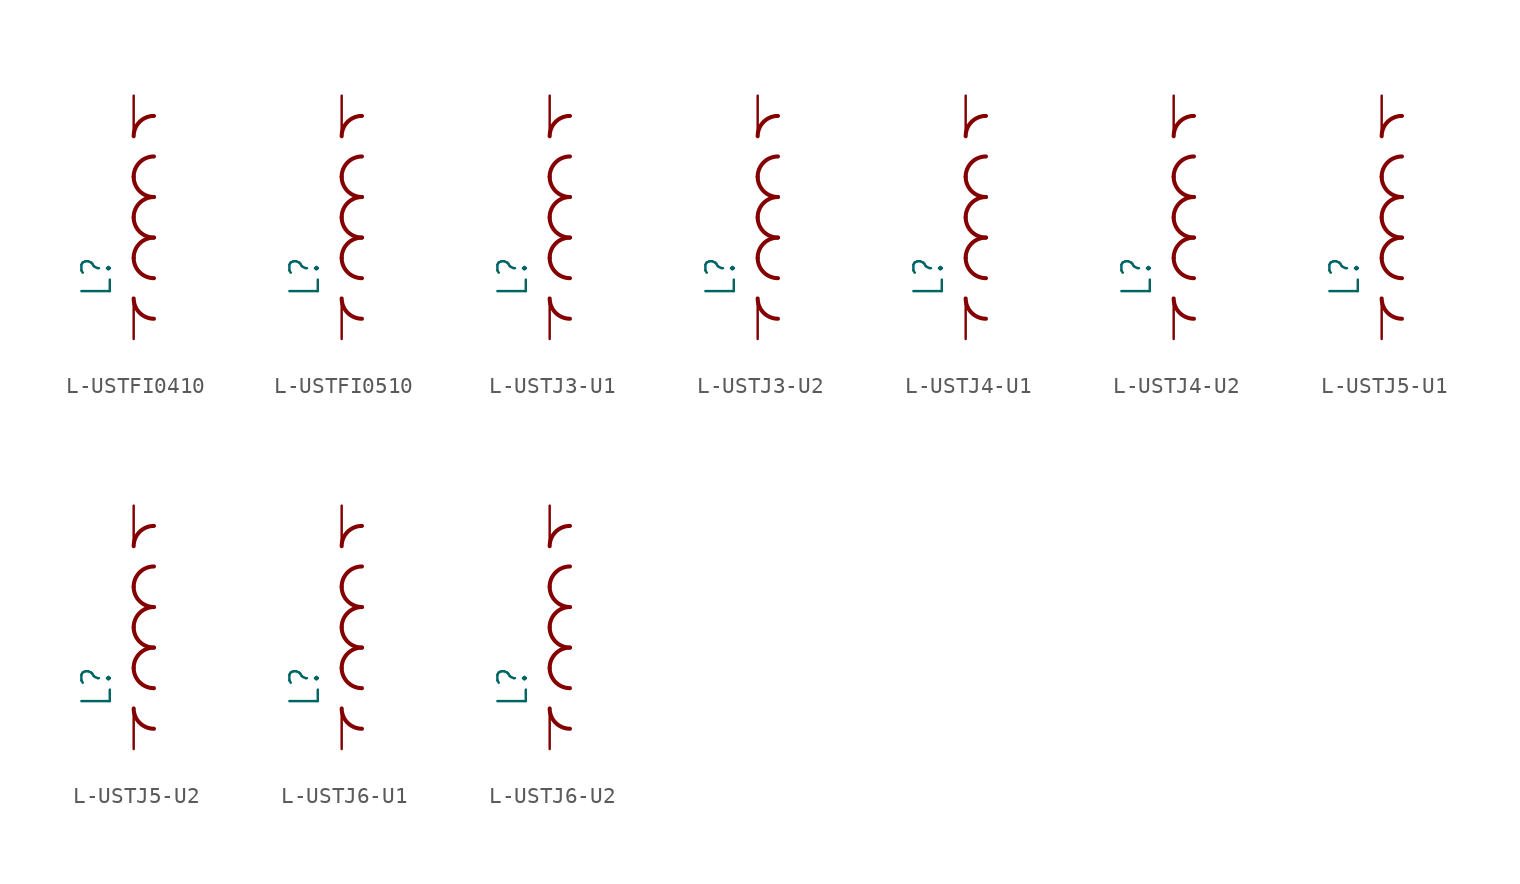
<source format=kicad_sym>
(kicad_symbol_lib
  (version 20241209)
  (generator "kicad_symbol_editor")
  (generator_version "9.0")
  (symbol "L-USTFI0410"
    (property "Reference" "L"
      (at -1.27 -5.08 90)
      (effects (font (size 1.778 1.511)) (justify left bottom)))
    (property "Value" ""
      (at 3.81 -5.08 90)
      (effects (font (size 1.778 1.511)) (justify left bottom)))
    (property "ki_locked" ""
      (at 0 0 0)
      (effects (font (size 1.27 1.27))))
    (symbol "L-USTFI0410_1_0"
      (arc (start 0 5.08) (mid 0.372 5.978) (end 1.27 6.35) (stroke (width 0.254) (type solid)) (fill (type none)))
      (arc (start 0 2.54) (mid 0.372 3.438) (end 1.27 3.81) (stroke (width 0.254) (type solid)) (fill (type none)))
      (arc (start 1.27 1.27) (mid 0.372 1.642) (end 0 2.54) (stroke (width 0.254) (type solid)) (fill (type none)))
      (arc (start 0 0) (mid 0.372 0.898) (end 1.27 1.27) (stroke (width 0.254) (type solid)) (fill (type none)))
      (arc (start 1.27 -1.27) (mid 0.372 -0.898) (end 0 0) (stroke (width 0.254) (type solid)) (fill (type none)))
      (arc (start 0 -2.54) (mid 0.372 -1.642) (end 1.27 -1.27) (stroke (width 0.254) (type solid)) (fill (type none)))
      (arc (start 1.27 -3.81) (mid 0.372 -3.438) (end 0 -2.54) (stroke (width 0.254) (type solid)) (fill (type none)))
      (arc (start 1.27 -6.35) (mid 0.372 -5.978) (end 0 -5.08) (stroke (width 0.254) (type solid)) (fill (type none)))
      (pin passive line (at 0 7.62 270) (length 2.54) (name "1" (effects (font (size 0 0)))) (number "1" (effects (font (size 0 0)))))
      (pin passive line (at 0 -7.62 90) (length 2.54) (name "2" (effects (font (size 0 0)))) (number "2" (effects (font (size 0 0)))))))
  (symbol "L-USTFI0510"
    (property "Reference" "L"
      (at -1.27 -5.08 90)
      (effects (font (size 1.778 1.511)) (justify left bottom)))
    (property "Value" ""
      (at 3.81 -5.08 90)
      (effects (font (size 1.778 1.511)) (justify left bottom)))
    (property "ki_locked" ""
      (at 0 0 0)
      (effects (font (size 1.27 1.27))))
    (symbol "L-USTFI0510_1_0"
      (arc (start 0 5.08) (mid 0.372 5.978) (end 1.27 6.35) (stroke (width 0.254) (type solid)) (fill (type none)))
      (arc (start 0 2.54) (mid 0.372 3.438) (end 1.27 3.81) (stroke (width 0.254) (type solid)) (fill (type none)))
      (arc (start 1.27 1.27) (mid 0.372 1.642) (end 0 2.54) (stroke (width 0.254) (type solid)) (fill (type none)))
      (arc (start 0 0) (mid 0.372 0.898) (end 1.27 1.27) (stroke (width 0.254) (type solid)) (fill (type none)))
      (arc (start 1.27 -1.27) (mid 0.372 -0.898) (end 0 0) (stroke (width 0.254) (type solid)) (fill (type none)))
      (arc (start 0 -2.54) (mid 0.372 -1.642) (end 1.27 -1.27) (stroke (width 0.254) (type solid)) (fill (type none)))
      (arc (start 1.27 -3.81) (mid 0.372 -3.438) (end 0 -2.54) (stroke (width 0.254) (type solid)) (fill (type none)))
      (arc (start 1.27 -6.35) (mid 0.372 -5.978) (end 0 -5.08) (stroke (width 0.254) (type solid)) (fill (type none)))
      (pin passive line (at 0 7.62 270) (length 2.54) (name "1" (effects (font (size 0 0)))) (number "1" (effects (font (size 0 0)))))
      (pin passive line (at 0 -7.62 90) (length 2.54) (name "2" (effects (font (size 0 0)))) (number "2" (effects (font (size 0 0)))))))
  (symbol "L-USTJ3-U1"
    (property "Reference" "L"
      (at -1.27 -5.08 90)
      (effects (font (size 1.778 1.511)) (justify left bottom)))
    (property "Value" ""
      (at 3.81 -5.08 90)
      (effects (font (size 1.778 1.511)) (justify left bottom)))
    (property "ki_locked" ""
      (at 0 0 0)
      (effects (font (size 1.27 1.27))))
    (symbol "L-USTJ3-U1_1_0"
      (arc (start 0 5.08) (mid 0.372 5.978) (end 1.27 6.35) (stroke (width 0.254) (type solid)) (fill (type none)))
      (arc (start 0 2.54) (mid 0.372 3.438) (end 1.27 3.81) (stroke (width 0.254) (type solid)) (fill (type none)))
      (arc (start 1.27 1.27) (mid 0.372 1.642) (end 0 2.54) (stroke (width 0.254) (type solid)) (fill (type none)))
      (arc (start 0 0) (mid 0.372 0.898) (end 1.27 1.27) (stroke (width 0.254) (type solid)) (fill (type none)))
      (arc (start 1.27 -1.27) (mid 0.372 -0.898) (end 0 0) (stroke (width 0.254) (type solid)) (fill (type none)))
      (arc (start 0 -2.54) (mid 0.372 -1.642) (end 1.27 -1.27) (stroke (width 0.254) (type solid)) (fill (type none)))
      (arc (start 1.27 -3.81) (mid 0.372 -3.438) (end 0 -2.54) (stroke (width 0.254) (type solid)) (fill (type none)))
      (arc (start 1.27 -6.35) (mid 0.372 -5.978) (end 0 -5.08) (stroke (width 0.254) (type solid)) (fill (type none)))
      (pin passive line (at 0 7.62 270) (length 2.54) (name "1" (effects (font (size 0 0)))) (number "1" (effects (font (size 0 0)))))
      (pin passive line (at 0 -7.62 90) (length 2.54) (name "2" (effects (font (size 0 0)))) (number "2" (effects (font (size 0 0)))))))
  (symbol "L-USTJ3-U2"
    (property "Reference" "L"
      (at -1.27 -5.08 90)
      (effects (font (size 1.778 1.511)) (justify left bottom)))
    (property "Value" ""
      (at 3.81 -5.08 90)
      (effects (font (size 1.778 1.511)) (justify left bottom)))
    (property "ki_locked" ""
      (at 0 0 0)
      (effects (font (size 1.27 1.27))))
    (symbol "L-USTJ3-U2_1_0"
      (arc (start 0 5.08) (mid 0.372 5.978) (end 1.27 6.35) (stroke (width 0.254) (type solid)) (fill (type none)))
      (arc (start 0 2.54) (mid 0.372 3.438) (end 1.27 3.81) (stroke (width 0.254) (type solid)) (fill (type none)))
      (arc (start 1.27 1.27) (mid 0.372 1.642) (end 0 2.54) (stroke (width 0.254) (type solid)) (fill (type none)))
      (arc (start 0 0) (mid 0.372 0.898) (end 1.27 1.27) (stroke (width 0.254) (type solid)) (fill (type none)))
      (arc (start 1.27 -1.27) (mid 0.372 -0.898) (end 0 0) (stroke (width 0.254) (type solid)) (fill (type none)))
      (arc (start 0 -2.54) (mid 0.372 -1.642) (end 1.27 -1.27) (stroke (width 0.254) (type solid)) (fill (type none)))
      (arc (start 1.27 -3.81) (mid 0.372 -3.438) (end 0 -2.54) (stroke (width 0.254) (type solid)) (fill (type none)))
      (arc (start 1.27 -6.35) (mid 0.372 -5.978) (end 0 -5.08) (stroke (width 0.254) (type solid)) (fill (type none)))
      (pin passive line (at 0 7.62 270) (length 2.54) (name "1" (effects (font (size 0 0)))) (number "1" (effects (font (size 0 0)))))
      (pin passive line (at 0 -7.62 90) (length 2.54) (name "2" (effects (font (size 0 0)))) (number "2" (effects (font (size 0 0)))))))
  (symbol "L-USTJ4-U1"
    (property "Reference" "L"
      (at -1.27 -5.08 90)
      (effects (font (size 1.778 1.511)) (justify left bottom)))
    (property "Value" ""
      (at 3.81 -5.08 90)
      (effects (font (size 1.778 1.511)) (justify left bottom)))
    (property "ki_locked" ""
      (at 0 0 0)
      (effects (font (size 1.27 1.27))))
    (symbol "L-USTJ4-U1_1_0"
      (arc (start 0 5.08) (mid 0.372 5.978) (end 1.27 6.35) (stroke (width 0.254) (type solid)) (fill (type none)))
      (arc (start 0 2.54) (mid 0.372 3.438) (end 1.27 3.81) (stroke (width 0.254) (type solid)) (fill (type none)))
      (arc (start 1.27 1.27) (mid 0.372 1.642) (end 0 2.54) (stroke (width 0.254) (type solid)) (fill (type none)))
      (arc (start 0 0) (mid 0.372 0.898) (end 1.27 1.27) (stroke (width 0.254) (type solid)) (fill (type none)))
      (arc (start 1.27 -1.27) (mid 0.372 -0.898) (end 0 0) (stroke (width 0.254) (type solid)) (fill (type none)))
      (arc (start 0 -2.54) (mid 0.372 -1.642) (end 1.27 -1.27) (stroke (width 0.254) (type solid)) (fill (type none)))
      (arc (start 1.27 -3.81) (mid 0.372 -3.438) (end 0 -2.54) (stroke (width 0.254) (type solid)) (fill (type none)))
      (arc (start 1.27 -6.35) (mid 0.372 -5.978) (end 0 -5.08) (stroke (width 0.254) (type solid)) (fill (type none)))
      (pin passive line (at 0 7.62 270) (length 2.54) (name "1" (effects (font (size 0 0)))) (number "1" (effects (font (size 0 0)))))
      (pin passive line (at 0 -7.62 90) (length 2.54) (name "2" (effects (font (size 0 0)))) (number "2" (effects (font (size 0 0)))))))
  (symbol "L-USTJ4-U2"
    (property "Reference" "L"
      (at -1.27 -5.08 90)
      (effects (font (size 1.778 1.511)) (justify left bottom)))
    (property "Value" ""
      (at 3.81 -5.08 90)
      (effects (font (size 1.778 1.511)) (justify left bottom)))
    (property "ki_locked" ""
      (at 0 0 0)
      (effects (font (size 1.27 1.27))))
    (symbol "L-USTJ4-U2_1_0"
      (arc (start 0 5.08) (mid 0.372 5.978) (end 1.27 6.35) (stroke (width 0.254) (type solid)) (fill (type none)))
      (arc (start 0 2.54) (mid 0.372 3.438) (end 1.27 3.81) (stroke (width 0.254) (type solid)) (fill (type none)))
      (arc (start 1.27 1.27) (mid 0.372 1.642) (end 0 2.54) (stroke (width 0.254) (type solid)) (fill (type none)))
      (arc (start 0 0) (mid 0.372 0.898) (end 1.27 1.27) (stroke (width 0.254) (type solid)) (fill (type none)))
      (arc (start 1.27 -1.27) (mid 0.372 -0.898) (end 0 0) (stroke (width 0.254) (type solid)) (fill (type none)))
      (arc (start 0 -2.54) (mid 0.372 -1.642) (end 1.27 -1.27) (stroke (width 0.254) (type solid)) (fill (type none)))
      (arc (start 1.27 -3.81) (mid 0.372 -3.438) (end 0 -2.54) (stroke (width 0.254) (type solid)) (fill (type none)))
      (arc (start 1.27 -6.35) (mid 0.372 -5.978) (end 0 -5.08) (stroke (width 0.254) (type solid)) (fill (type none)))
      (pin passive line (at 0 7.62 270) (length 2.54) (name "1" (effects (font (size 0 0)))) (number "1" (effects (font (size 0 0)))))
      (pin passive line (at 0 -7.62 90) (length 2.54) (name "2" (effects (font (size 0 0)))) (number "2" (effects (font (size 0 0)))))))
  (symbol "L-USTJ5-U1"
    (property "Reference" "L"
      (at -1.27 -5.08 90)
      (effects (font (size 1.778 1.511)) (justify left bottom)))
    (property "Value" ""
      (at 3.81 -5.08 90)
      (effects (font (size 1.778 1.511)) (justify left bottom)))
    (property "ki_locked" ""
      (at 0 0 0)
      (effects (font (size 1.27 1.27))))
    (symbol "L-USTJ5-U1_1_0"
      (arc (start 0 5.08) (mid 0.372 5.978) (end 1.27 6.35) (stroke (width 0.254) (type solid)) (fill (type none)))
      (arc (start 0 2.54) (mid 0.372 3.438) (end 1.27 3.81) (stroke (width 0.254) (type solid)) (fill (type none)))
      (arc (start 1.27 1.27) (mid 0.372 1.642) (end 0 2.54) (stroke (width 0.254) (type solid)) (fill (type none)))
      (arc (start 0 0) (mid 0.372 0.898) (end 1.27 1.27) (stroke (width 0.254) (type solid)) (fill (type none)))
      (arc (start 1.27 -1.27) (mid 0.372 -0.898) (end 0 0) (stroke (width 0.254) (type solid)) (fill (type none)))
      (arc (start 0 -2.54) (mid 0.372 -1.642) (end 1.27 -1.27) (stroke (width 0.254) (type solid)) (fill (type none)))
      (arc (start 1.27 -3.81) (mid 0.372 -3.438) (end 0 -2.54) (stroke (width 0.254) (type solid)) (fill (type none)))
      (arc (start 1.27 -6.35) (mid 0.372 -5.978) (end 0 -5.08) (stroke (width 0.254) (type solid)) (fill (type none)))
      (pin passive line (at 0 7.62 270) (length 2.54) (name "1" (effects (font (size 0 0)))) (number "1" (effects (font (size 0 0)))))
      (pin passive line (at 0 -7.62 90) (length 2.54) (name "2" (effects (font (size 0 0)))) (number "2" (effects (font (size 0 0)))))))
  (symbol "L-USTJ5-U2"
    (property "Reference" "L"
      (at -1.27 -5.08 90)
      (effects (font (size 1.778 1.511)) (justify left bottom)))
    (property "Value" ""
      (at 3.81 -5.08 90)
      (effects (font (size 1.778 1.511)) (justify left bottom)))
    (property "ki_locked" ""
      (at 0 0 0)
      (effects (font (size 1.27 1.27))))
    (symbol "L-USTJ5-U2_1_0"
      (arc (start 0 5.08) (mid 0.372 5.978) (end 1.27 6.35) (stroke (width 0.254) (type solid)) (fill (type none)))
      (arc (start 0 2.54) (mid 0.372 3.438) (end 1.27 3.81) (stroke (width 0.254) (type solid)) (fill (type none)))
      (arc (start 1.27 1.27) (mid 0.372 1.642) (end 0 2.54) (stroke (width 0.254) (type solid)) (fill (type none)))
      (arc (start 0 0) (mid 0.372 0.898) (end 1.27 1.27) (stroke (width 0.254) (type solid)) (fill (type none)))
      (arc (start 1.27 -1.27) (mid 0.372 -0.898) (end 0 0) (stroke (width 0.254) (type solid)) (fill (type none)))
      (arc (start 0 -2.54) (mid 0.372 -1.642) (end 1.27 -1.27) (stroke (width 0.254) (type solid)) (fill (type none)))
      (arc (start 1.27 -3.81) (mid 0.372 -3.438) (end 0 -2.54) (stroke (width 0.254) (type solid)) (fill (type none)))
      (arc (start 1.27 -6.35) (mid 0.372 -5.978) (end 0 -5.08) (stroke (width 0.254) (type solid)) (fill (type none)))
      (pin passive line (at 0 7.62 270) (length 2.54) (name "1" (effects (font (size 0 0)))) (number "1" (effects (font (size 0 0)))))
      (pin passive line (at 0 -7.62 90) (length 2.54) (name "2" (effects (font (size 0 0)))) (number "2" (effects (font (size 0 0)))))))
  (symbol "L-USTJ6-U1"
    (property "Reference" "L"
      (at -1.27 -5.08 90)
      (effects (font (size 1.778 1.511)) (justify left bottom)))
    (property "Value" ""
      (at 3.81 -5.08 90)
      (effects (font (size 1.778 1.511)) (justify left bottom)))
    (property "ki_locked" ""
      (at 0 0 0)
      (effects (font (size 1.27 1.27))))
    (symbol "L-USTJ6-U1_1_0"
      (arc (start 0 5.08) (mid 0.372 5.978) (end 1.27 6.35) (stroke (width 0.254) (type solid)) (fill (type none)))
      (arc (start 0 2.54) (mid 0.372 3.438) (end 1.27 3.81) (stroke (width 0.254) (type solid)) (fill (type none)))
      (arc (start 1.27 1.27) (mid 0.372 1.642) (end 0 2.54) (stroke (width 0.254) (type solid)) (fill (type none)))
      (arc (start 0 0) (mid 0.372 0.898) (end 1.27 1.27) (stroke (width 0.254) (type solid)) (fill (type none)))
      (arc (start 1.27 -1.27) (mid 0.372 -0.898) (end 0 0) (stroke (width 0.254) (type solid)) (fill (type none)))
      (arc (start 0 -2.54) (mid 0.372 -1.642) (end 1.27 -1.27) (stroke (width 0.254) (type solid)) (fill (type none)))
      (arc (start 1.27 -3.81) (mid 0.372 -3.438) (end 0 -2.54) (stroke (width 0.254) (type solid)) (fill (type none)))
      (arc (start 1.27 -6.35) (mid 0.372 -5.978) (end 0 -5.08) (stroke (width 0.254) (type solid)) (fill (type none)))
      (pin passive line (at 0 7.62 270) (length 2.54) (name "1" (effects (font (size 0 0)))) (number "1" (effects (font (size 0 0)))))
      (pin passive line (at 0 -7.62 90) (length 2.54) (name "2" (effects (font (size 0 0)))) (number "2" (effects (font (size 0 0)))))))
  (symbol "L-USTJ6-U2"
    (property "Reference" "L"
      (at -1.27 -5.08 90)
      (effects (font (size 1.778 1.511)) (justify left bottom)))
    (property "Value" ""
      (at 3.81 -5.08 90)
      (effects (font (size 1.778 1.511)) (justify left bottom)))
    (property "ki_locked" ""
      (at 0 0 0)
      (effects (font (size 1.27 1.27))))
    (symbol "L-USTJ6-U2_1_0"
      (arc (start 0 5.08) (mid 0.372 5.978) (end 1.27 6.35) (stroke (width 0.254) (type solid)) (fill (type none)))
      (arc (start 0 2.54) (mid 0.372 3.438) (end 1.27 3.81) (stroke (width 0.254) (type solid)) (fill (type none)))
      (arc (start 1.27 1.27) (mid 0.372 1.642) (end 0 2.54) (stroke (width 0.254) (type solid)) (fill (type none)))
      (arc (start 0 0) (mid 0.372 0.898) (end 1.27 1.27) (stroke (width 0.254) (type solid)) (fill (type none)))
      (arc (start 1.27 -1.27) (mid 0.372 -0.898) (end 0 0) (stroke (width 0.254) (type solid)) (fill (type none)))
      (arc (start 0 -2.54) (mid 0.372 -1.642) (end 1.27 -1.27) (stroke (width 0.254) (type solid)) (fill (type none)))
      (arc (start 1.27 -3.81) (mid 0.372 -3.438) (end 0 -2.54) (stroke (width 0.254) (type solid)) (fill (type none)))
      (arc (start 1.27 -6.35) (mid 0.372 -5.978) (end 0 -5.08) (stroke (width 0.254) (type solid)) (fill (type none)))
      (pin passive line (at 0 7.62 270) (length 2.54) (name "1" (effects (font (size 0 0)))) (number "1" (effects (font (size 0 0)))))
      (pin passive line (at 0 -7.62 90) (length 2.54) (name "2" (effects (font (size 0 0)))) (number "2" (effects (font (size 0 0))))))))
</source>
